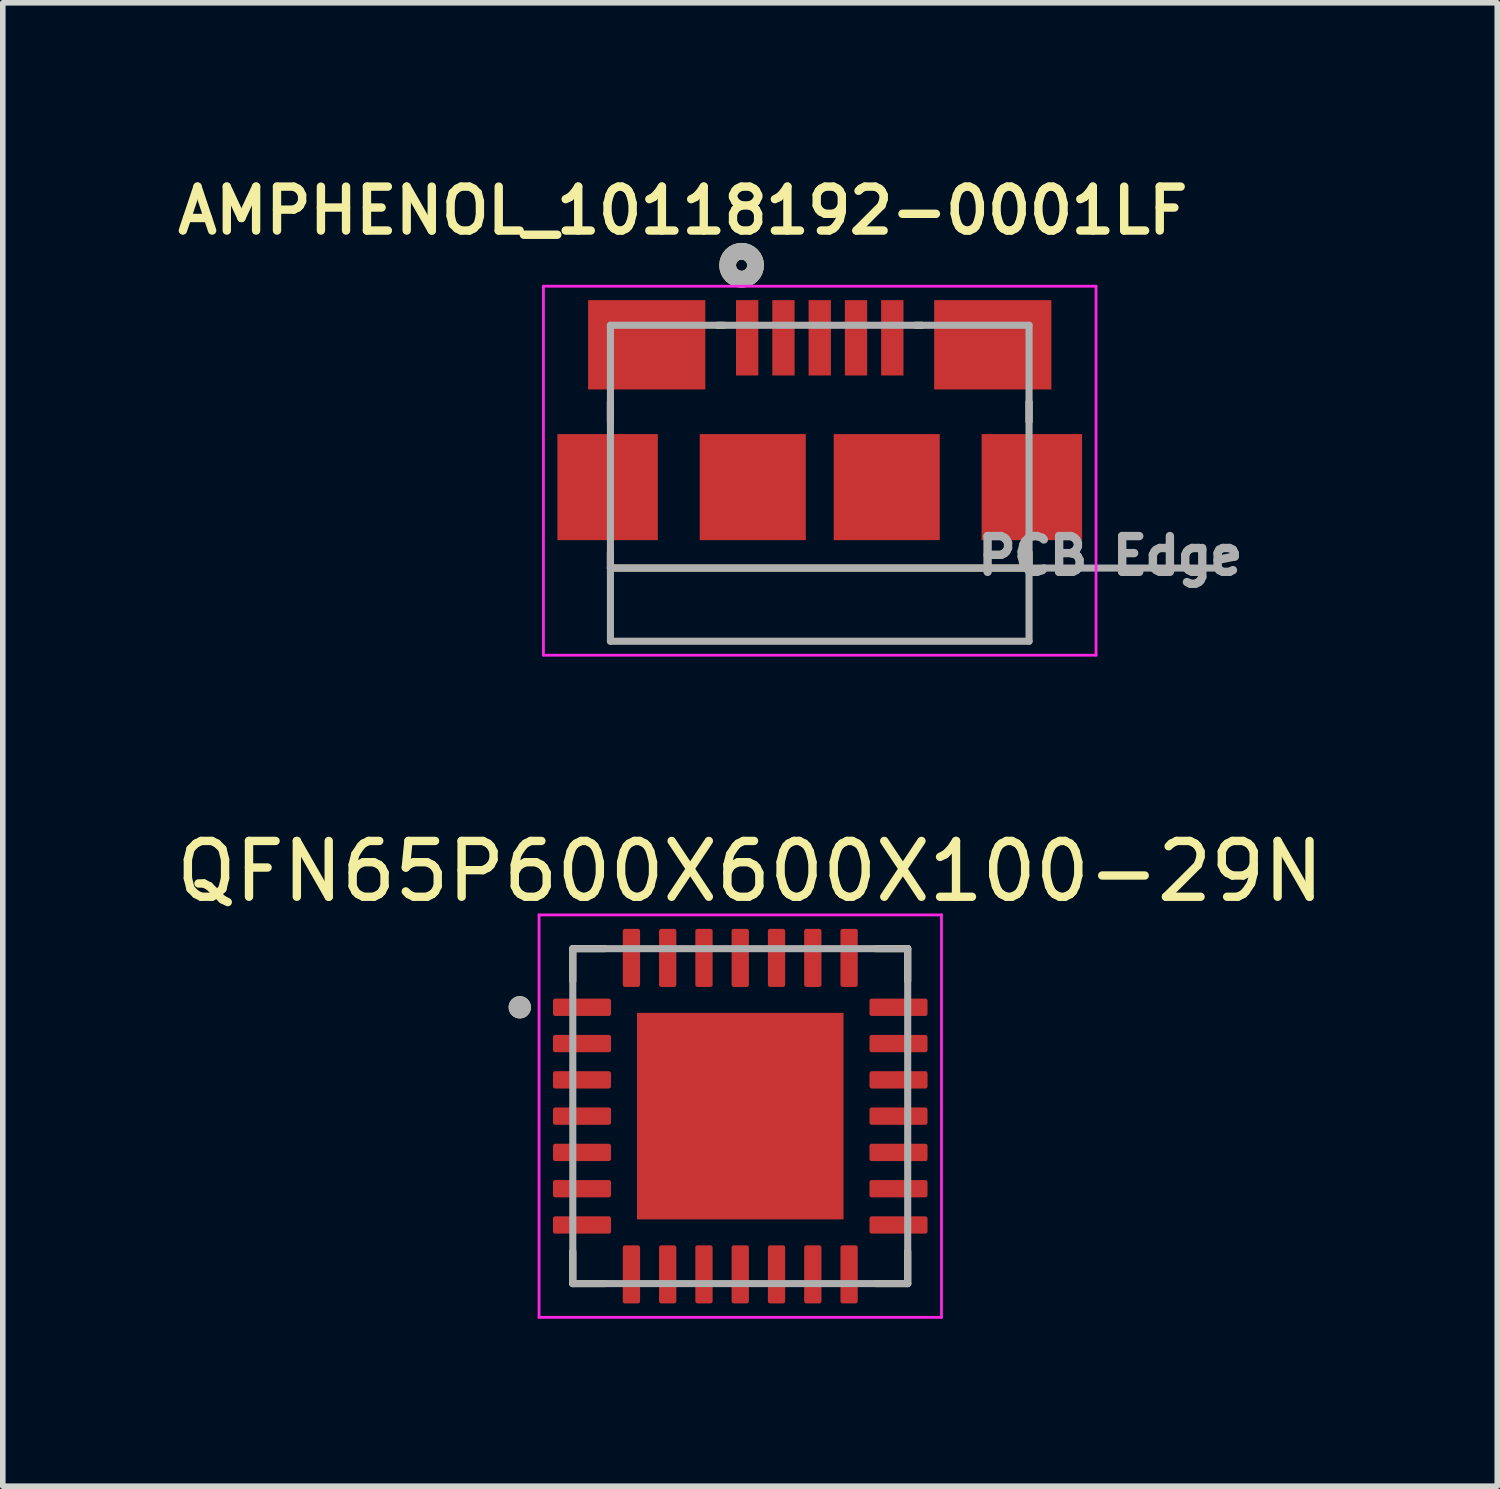
<source format=kicad_pcb>
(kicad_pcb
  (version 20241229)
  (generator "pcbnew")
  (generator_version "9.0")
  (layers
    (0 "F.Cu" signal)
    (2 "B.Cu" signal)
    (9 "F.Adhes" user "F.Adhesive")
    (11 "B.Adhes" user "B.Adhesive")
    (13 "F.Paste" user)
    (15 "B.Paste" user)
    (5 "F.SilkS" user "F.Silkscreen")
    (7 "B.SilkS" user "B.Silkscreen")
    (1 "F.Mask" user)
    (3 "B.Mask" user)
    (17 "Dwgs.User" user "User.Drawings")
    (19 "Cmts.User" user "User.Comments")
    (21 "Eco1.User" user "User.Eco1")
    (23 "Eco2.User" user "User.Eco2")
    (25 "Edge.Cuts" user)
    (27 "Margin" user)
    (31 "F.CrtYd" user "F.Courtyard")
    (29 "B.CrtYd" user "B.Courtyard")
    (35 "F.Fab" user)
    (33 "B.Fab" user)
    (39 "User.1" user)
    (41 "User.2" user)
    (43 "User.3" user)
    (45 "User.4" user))
  (footprint "QFN65P600X600X100-29N"
    (layer "F.Cu")
    (at 10.212 16.946)
    (property "Reference" "QFN65P600X600X100-29N" (at 0.175 -4.385 0) (layer "F.SilkS") (effects (font (size 1 1) (thickness 0.15))))
    (attr smd)
    (fp_line (start -3 -3) (end -3 -2.425) (stroke (width 0.127) (type solid)) (layer "F.SilkS"))
    (fp_line (start -3 -3) (end -2.425 -3) (stroke (width 0.127) (type solid)) (layer "F.SilkS"))
    (fp_line (start -3 3) (end -3 2.425) (stroke (width 0.127) (type solid)) (layer "F.SilkS"))
    (fp_line (start -3 3) (end -2.425 3) (stroke (width 0.127) (type solid)) (layer "F.SilkS"))
    (fp_line (start 3 -3) (end 2.425 -3) (stroke (width 0.127) (type solid)) (layer "F.SilkS"))
    (fp_line (start 3 -3) (end 3 -2.425) (stroke (width 0.127) (type solid)) (layer "F.SilkS"))
    (fp_line (start 3 3) (end 2.425 3) (stroke (width 0.127) (type solid)) (layer "F.SilkS"))
    (fp_line (start 3 3) (end 3 2.425) (stroke (width 0.127) (type solid)) (layer "F.SilkS"))
    (fp_circle (center -3.95 -1.95) (end -3.85 -1.95) (stroke (width 0.2) (type solid)) (fill no) (layer "F.SilkS"))
    (fp_poly (pts (xy -1.17 -1.17) (xy 1.17 -1.17) (xy 1.17 1.17) (xy -1.17 1.17)) (stroke (width 0.01) (type solid)) (fill yes) (layer "F.Paste"))
    (fp_line (start -3.605 -3.605) (end 3.605 -3.605) (stroke (width 0.05) (type solid)) (layer "F.CrtYd"))
    (fp_line (start -3.605 3.605) (end -3.605 -3.605) (stroke (width 0.05) (type solid)) (layer "F.CrtYd"))
    (fp_line (start -3.605 3.605) (end 3.605 3.605) (stroke (width 0.05) (type solid)) (layer "F.CrtYd"))
    (fp_line (start 3.605 3.605) (end 3.605 -3.605) (stroke (width 0.05) (type solid)) (layer "F.CrtYd"))
    (fp_line (start -3 3) (end -3 -3) (stroke (width 0.127) (type solid)) (layer "F.Fab"))
    (fp_line (start 3 -3) (end -3 -3) (stroke (width 0.127) (type solid)) (layer "F.Fab"))
    (fp_line (start 3 3) (end -3 3) (stroke (width 0.127) (type solid)) (layer "F.Fab"))
    (fp_line (start 3 3) (end 3 -3) (stroke (width 0.127) (type solid)) (layer "F.Fab"))
    (fp_circle (center -3.95 -1.95) (end -3.85 -1.95) (stroke (width 0.2) (type solid)) (fill no) (layer "F.Fab"))
    (pad "1" smd roundrect (at -2.835 -1.95) (size 1.04 0.31) (layers "F.Cu" "F.Mask" "F.Paste") (roundrect_rratio 0.125))
    (pad "2" smd roundrect (at -2.835 -1.3) (size 1.04 0.31) (layers "F.Cu" "F.Mask" "F.Paste") (roundrect_rratio 0.125))
    (pad "3" smd roundrect (at -2.835 -0.65) (size 1.04 0.31) (layers "F.Cu" "F.Mask" "F.Paste") (roundrect_rratio 0.125))
    (pad "4" smd roundrect (at -2.835 0) (size 1.04 0.31) (layers "F.Cu" "F.Mask" "F.Paste") (roundrect_rratio 0.125))
    (pad "5" smd roundrect (at -2.835 0.65) (size 1.04 0.31) (layers "F.Cu" "F.Mask" "F.Paste") (roundrect_rratio 0.125))
    (pad "6" smd roundrect (at -2.835 1.3) (size 1.04 0.31) (layers "F.Cu" "F.Mask" "F.Paste") (roundrect_rratio 0.125))
    (pad "7" smd roundrect (at -2.835 1.95) (size 1.04 0.31) (layers "F.Cu" "F.Mask" "F.Paste") (roundrect_rratio 0.125))
    (pad "8" smd roundrect (at -1.95 2.835) (size 0.31 1.04) (layers "F.Cu" "F.Mask" "F.Paste") (roundrect_rratio 0.125))
    (pad "9" smd roundrect (at -1.3 2.835) (size 0.31 1.04) (layers "F.Cu" "F.Mask" "F.Paste") (roundrect_rratio 0.125))
    (pad "10" smd roundrect (at -0.65 2.835) (size 0.31 1.04) (layers "F.Cu" "F.Mask" "F.Paste") (roundrect_rratio 0.125))
    (pad "11" smd roundrect (at 0 2.835) (size 0.31 1.04) (layers "F.Cu" "F.Mask" "F.Paste") (roundrect_rratio 0.125))
    (pad "12" smd roundrect (at 0.65 2.835) (size 0.31 1.04) (layers "F.Cu" "F.Mask" "F.Paste") (roundrect_rratio 0.125))
    (pad "13" smd roundrect (at 1.3 2.835) (size 0.31 1.04) (layers "F.Cu" "F.Mask" "F.Paste") (roundrect_rratio 0.125))
    (pad "14" smd roundrect (at 1.95 2.835) (size 0.31 1.04) (layers "F.Cu" "F.Mask" "F.Paste") (roundrect_rratio 0.125))
    (pad "15" smd roundrect (at 2.835 1.95) (size 1.04 0.31) (layers "F.Cu" "F.Mask" "F.Paste") (roundrect_rratio 0.125))
    (pad "16" smd roundrect (at 2.835 1.3) (size 1.04 0.31) (layers "F.Cu" "F.Mask" "F.Paste") (roundrect_rratio 0.125))
    (pad "17" smd roundrect (at 2.835 0.65) (size 1.04 0.31) (layers "F.Cu" "F.Mask" "F.Paste") (roundrect_rratio 0.125))
    (pad "18" smd roundrect (at 2.835 0) (size 1.04 0.31) (layers "F.Cu" "F.Mask" "F.Paste") (roundrect_rratio 0.125))
    (pad "19" smd roundrect (at 2.835 -0.65) (size 1.04 0.31) (layers "F.Cu" "F.Mask" "F.Paste") (roundrect_rratio 0.125))
    (pad "20" smd roundrect (at 2.835 -1.3) (size 1.04 0.31) (layers "F.Cu" "F.Mask" "F.Paste") (roundrect_rratio 0.125))
    (pad "21" smd roundrect (at 2.835 -1.95) (size 1.04 0.31) (layers "F.Cu" "F.Mask" "F.Paste") (roundrect_rratio 0.125))
    (pad "22" smd roundrect (at 1.95 -2.835) (size 0.31 1.04) (layers "F.Cu" "F.Mask" "F.Paste") (roundrect_rratio 0.125))
    (pad "23" smd roundrect (at 1.3 -2.835) (size 0.31 1.04) (layers "F.Cu" "F.Mask" "F.Paste") (roundrect_rratio 0.125))
    (pad "24" smd roundrect (at 0.65 -2.835) (size 0.31 1.04) (layers "F.Cu" "F.Mask" "F.Paste") (roundrect_rratio 0.125))
    (pad "25" smd roundrect (at 0 -2.835) (size 0.31 1.04) (layers "F.Cu" "F.Mask" "F.Paste") (roundrect_rratio 0.125))
    (pad "26" smd roundrect (at -0.65 -2.835) (size 0.31 1.04) (layers "F.Cu" "F.Mask" "F.Paste") (roundrect_rratio 0.125))
    (pad "27" smd roundrect (at -1.3 -2.835) (size 0.31 1.04) (layers "F.Cu" "F.Mask" "F.Paste") (roundrect_rratio 0.125))
    (pad "28" smd roundrect (at -1.95 -2.835) (size 0.31 1.04) (layers "F.Cu" "F.Mask" "F.Paste") (roundrect_rratio 0.125))
    (pad "29" smd rect (at 0 0) (size 3.7 3.7) (layers "F.Cu" "F.Mask")))
  (footprint "AMPHENOL_10118192-0001LF"
    (layer "F.Cu")
    (at 11.636 3.002)
    (property "Reference" "AMPHENOL_10118192-0001LF" (at -2.453 -2.278 0) (layer "F.SilkS") (effects (font (size 0.787 0.787) (thickness 0.15))))
    (attr smd)
    (fp_line (start -3.75 1.15) (end -3.75 1.5) (stroke (width 0.127) (type solid)) (layer "F.SilkS"))
    (fp_line (start -3.75 3.85) (end -3.75 4.125) (stroke (width 0.127) (type solid)) (layer "F.SilkS"))
    (fp_line (start -3.75 4.125) (end 3.75 4.125) (stroke (width 0.127) (type solid)) (layer "F.SilkS"))
    (fp_line (start -1.83 -0.225) (end -1.72 -0.225) (stroke (width 0.127) (type solid)) (layer "F.SilkS"))
    (fp_line (start 1.72 -0.225) (end 1.83 -0.225) (stroke (width 0.127) (type solid)) (layer "F.SilkS"))
    (fp_line (start 3.75 1.15) (end 3.75 1.5) (stroke (width 0.127) (type solid)) (layer "F.SilkS"))
    (fp_line (start 3.75 4.125) (end 3.75 3.85) (stroke (width 0.127) (type solid)) (layer "F.SilkS"))
    (fp_circle (center -1.4 -1.3) (end -1.3 -1.3) (stroke (width 0.3) (type solid)) (fill no) (layer "F.SilkS"))
    (fp_line (start -4.95 -0.925) (end 4.95 -0.925) (stroke (width 0.05) (type solid)) (layer "F.CrtYd"))
    (fp_line (start -4.95 5.686) (end -4.95 -0.925) (stroke (width 0.05) (type solid)) (layer "F.CrtYd"))
    (fp_line (start 4.95 -0.925) (end 4.95 5.686) (stroke (width 0.05) (type solid)) (layer "F.CrtYd"))
    (fp_line (start 4.95 5.686) (end -4.95 5.686) (stroke (width 0.05) (type solid)) (layer "F.CrtYd"))
    (fp_line (start -3.75 -0.225) (end 3.75 -0.225) (stroke (width 0.127) (type solid)) (layer "F.Fab"))
    (fp_line (start -3.75 4.125) (end -3.75 -0.225) (stroke (width 0.127) (type solid)) (layer "F.Fab"))
    (fp_line (start -3.75 5.436) (end -3.75 4.125) (stroke (width 0.127) (type solid)) (layer "F.Fab"))
    (fp_line (start 3.75 -0.225) (end 3.75 4.125) (stroke (width 0.127) (type solid)) (layer "F.Fab"))
    (fp_line (start 3.75 4.125) (end -3.75 4.125) (stroke (width 0.127) (type solid)) (layer "F.Fab"))
    (fp_line (start 3.75 4.125) (end 3.75 5.436) (stroke (width 0.127) (type solid)) (layer "F.Fab"))
    (fp_line (start 3.75 4.125) (end 7.15 4.125) (stroke (width 0.127) (type solid)) (layer "F.Fab"))
    (fp_line (start 3.75 5.436) (end -3.75 5.436) (stroke (width 0.127) (type solid)) (layer "F.Fab"))
    (fp_circle (center -1.4 -1.3) (end -1.3 -1.3) (stroke (width 0.3) (type solid)) (fill no) (layer "F.Fab"))
    (fp_text user "PCB Edge" (at 5.205 3.904 0) (layer "F.Fab") (effects (font (size 0.641 0.641) (thickness 0.15))))
    (pad "1" smd rect (at -1.3 0) (size 0.4 1.35) (layers "F.Cu" "F.Mask" "F.Paste"))
    (pad "2" smd rect (at -0.65 0) (size 0.4 1.35) (layers "F.Cu" "F.Mask" "F.Paste"))
    (pad "3" smd rect (at 0 0) (size 0.4 1.35) (layers "F.Cu" "F.Mask" "F.Paste"))
    (pad "4" smd rect (at 0.65 0) (size 0.4 1.35) (layers "F.Cu" "F.Mask" "F.Paste"))
    (pad "5" smd rect (at 1.3 0) (size 0.4 1.35) (layers "F.Cu" "F.Mask" "F.Paste"))
    (pad "SH1" smd rect (at -3.1 0.125) (size 2.1 1.6) (layers "F.Cu" "F.Mask" "F.Paste"))
    (pad "SH2" smd rect (at 3.1 0.125) (size 2.1 1.6) (layers "F.Cu" "F.Mask" "F.Paste"))
    (pad "SH3" smd rect (at -3.8 2.675 180) (size 1.8 1.9) (layers "F.Cu" "F.Mask" "F.Paste"))
    (pad "SH4" smd rect (at -1.2 2.675) (size 1.9 1.9) (layers "F.Cu" "F.Mask" "F.Paste"))
    (pad "SH5" smd rect (at 1.2 2.675) (size 1.9 1.9) (layers "F.Cu" "F.Mask" "F.Paste"))
    (pad "SH6" smd rect (at 3.8 2.675 180) (size 1.8 1.9) (layers "F.Cu" "F.Mask" "F.Paste")))
  (gr_rect
    (start -3 -3)
    (end 23.774 23.576)
    (stroke (width 0.1) (type default))
    (fill no)
    (layer "Edge.Cuts")))
</source>
